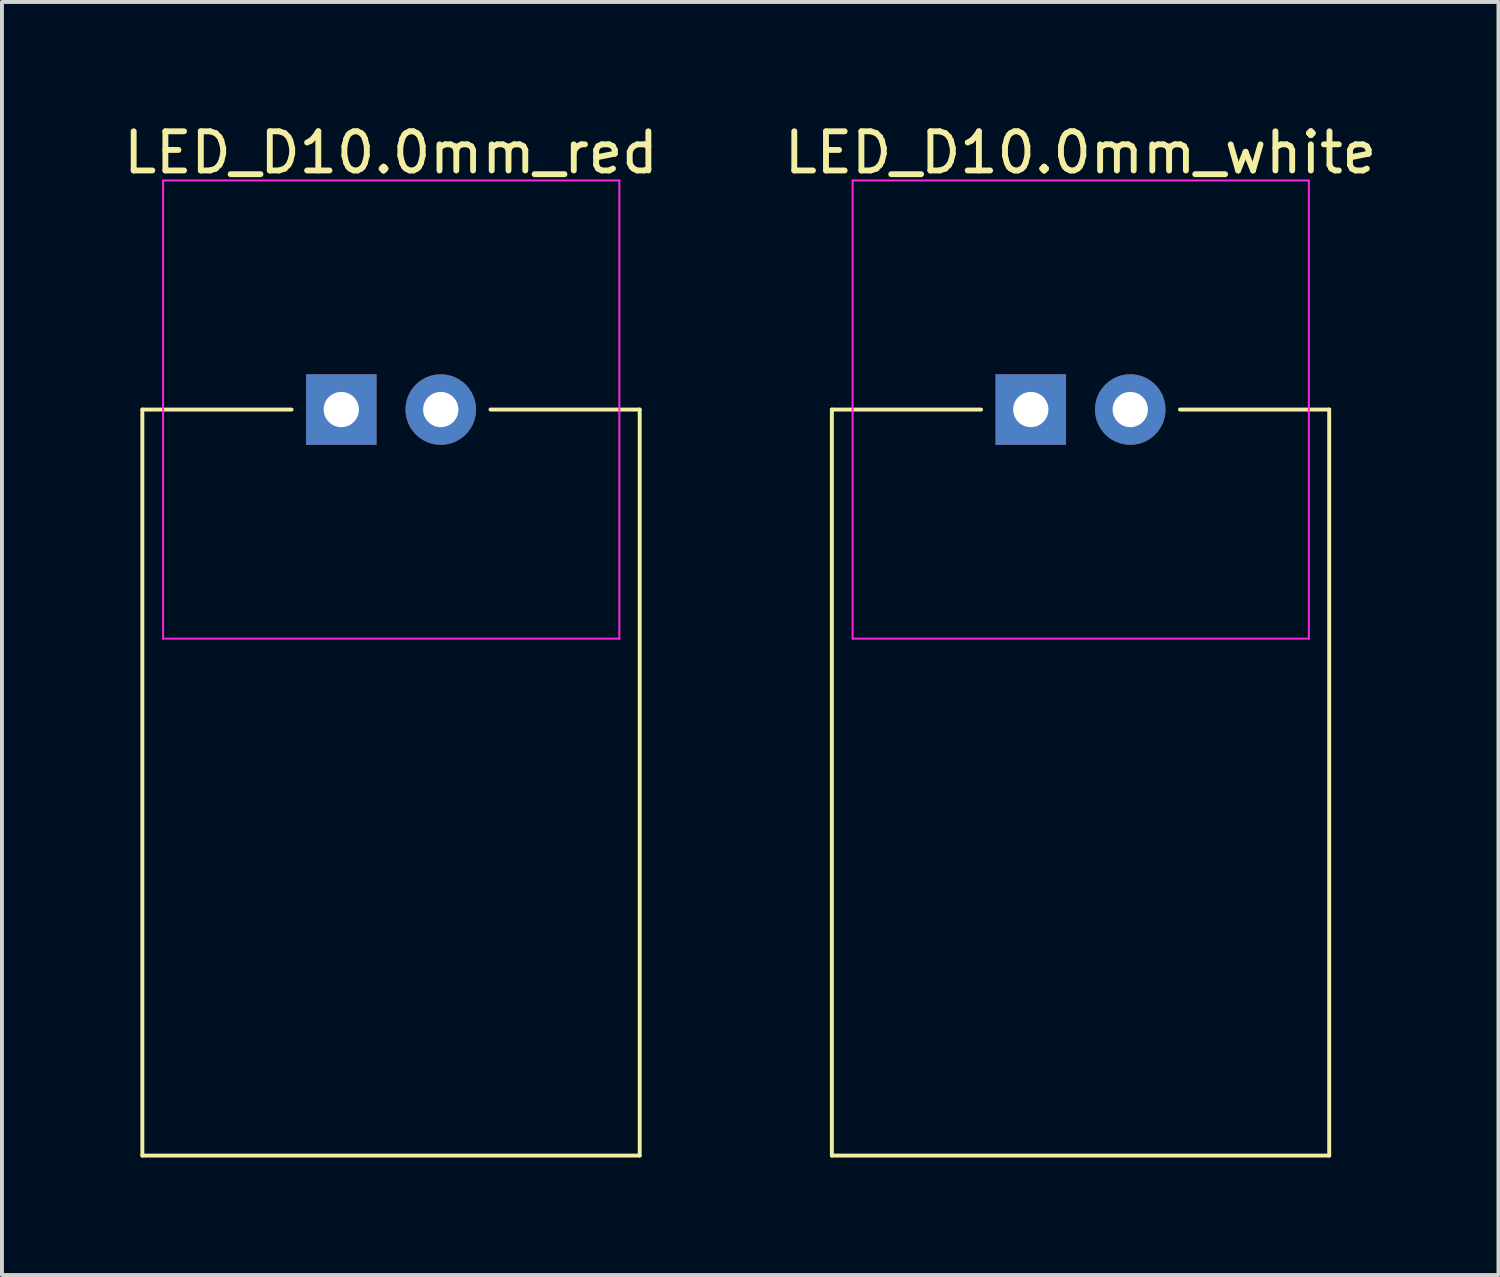
<source format=kicad_pcb>
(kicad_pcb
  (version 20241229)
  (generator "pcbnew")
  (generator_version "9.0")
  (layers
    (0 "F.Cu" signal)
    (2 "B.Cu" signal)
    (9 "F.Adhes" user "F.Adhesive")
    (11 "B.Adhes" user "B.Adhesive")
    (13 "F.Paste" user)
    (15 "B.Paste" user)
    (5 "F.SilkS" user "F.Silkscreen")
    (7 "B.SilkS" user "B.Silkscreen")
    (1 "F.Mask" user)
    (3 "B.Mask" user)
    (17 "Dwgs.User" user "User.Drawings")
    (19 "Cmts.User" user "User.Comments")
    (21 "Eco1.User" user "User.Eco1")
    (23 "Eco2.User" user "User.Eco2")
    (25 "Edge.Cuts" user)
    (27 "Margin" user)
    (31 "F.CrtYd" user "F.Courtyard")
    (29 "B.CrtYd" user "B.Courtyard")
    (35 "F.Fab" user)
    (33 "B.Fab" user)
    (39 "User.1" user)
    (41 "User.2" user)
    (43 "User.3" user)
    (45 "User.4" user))
  (footprint "LED_D10.0mm_red"
    (layer "F.Cu")
    (at 5.665 7.408)
    (property "Reference" "LED_D10.0mm_red" (at 1.27 -6.56 0) (layer "F.SilkS") (effects (font (size 1 1) (thickness 0.15))))
    (attr through_hole)
    (fp_line (start -5.08 0) (end -5.08 19.05) (stroke (width 0.1) (type default)) (layer "F.SilkS"))
    (fp_line (start -5.08 19.05) (end 7.62 19.05) (stroke (width 0.1) (type default)) (layer "F.SilkS"))
    (fp_line (start -1.27 0) (end -5.08 0) (stroke (width 0.1) (type default)) (layer "F.SilkS"))
    (fp_line (start 7.62 0) (end 3.81 0) (stroke (width 0.1) (type default)) (layer "F.SilkS"))
    (fp_line (start 7.62 19.05) (end 7.62 0) (stroke (width 0.1) (type default)) (layer "F.SilkS"))
    (fp_line (start -4.55 -5.85) (end -4.55 5.85) (stroke (width 0.05) (type solid)) (layer "F.CrtYd"))
    (fp_line (start -4.55 5.85) (end 7.1 5.85) (stroke (width 0.05) (type solid)) (layer "F.CrtYd"))
    (fp_line (start 7.1 -5.85) (end -4.55 -5.85) (stroke (width 0.05) (type solid)) (layer "F.CrtYd"))
    (fp_line (start 7.1 5.85) (end 7.1 -5.85) (stroke (width 0.05) (type solid)) (layer "F.CrtYd"))
    (pad "1" thru_hole rect (at 0 0) (size 1.8 1.8) (drill 0.9) (layers "*.Cu" "*.Mask"))
    (pad "2" thru_hole circle (at 2.54 0) (size 1.8 1.8) (drill 0.9) (layers "*.Cu" "*.Mask")))
  (footprint "LED_D10.0mm_white"
    (layer "F.Cu")
    (at 23.272 7.408)
    (property "Reference" "LED_D10.0mm_white" (at 1.27 -6.56 0) (layer "F.SilkS") (effects (font (size 1 1) (thickness 0.15))))
    (attr through_hole)
    (fp_line (start -5.08 0) (end -5.08 19.05) (stroke (width 0.1) (type default)) (layer "F.SilkS"))
    (fp_line (start -5.08 19.05) (end 7.62 19.05) (stroke (width 0.1) (type default)) (layer "F.SilkS"))
    (fp_line (start -1.27 0) (end -5.08 0) (stroke (width 0.1) (type default)) (layer "F.SilkS"))
    (fp_line (start 7.62 0) (end 3.81 0) (stroke (width 0.1) (type default)) (layer "F.SilkS"))
    (fp_line (start 7.62 19.05) (end 7.62 0) (stroke (width 0.1) (type default)) (layer "F.SilkS"))
    (fp_line (start -4.55 -5.85) (end -4.55 5.85) (stroke (width 0.05) (type solid)) (layer "F.CrtYd"))
    (fp_line (start -4.55 5.85) (end 7.1 5.85) (stroke (width 0.05) (type solid)) (layer "F.CrtYd"))
    (fp_line (start 7.1 -5.85) (end -4.55 -5.85) (stroke (width 0.05) (type solid)) (layer "F.CrtYd"))
    (fp_line (start 7.1 5.85) (end 7.1 -5.85) (stroke (width 0.05) (type solid)) (layer "F.CrtYd"))
    (pad "1" thru_hole rect (at 0 0) (size 1.8 1.8) (drill 0.9) (layers "*.Cu" "*.Mask"))
    (pad "2" thru_hole circle (at 2.54 0) (size 1.8 1.8) (drill 0.9) (layers "*.Cu" "*.Mask")))
  (gr_rect
    (start -3 -3)
    (end 35.214 29.508)
    (stroke (width 0.1) (type default))
    (fill no)
    (layer "Edge.Cuts")))
</source>
